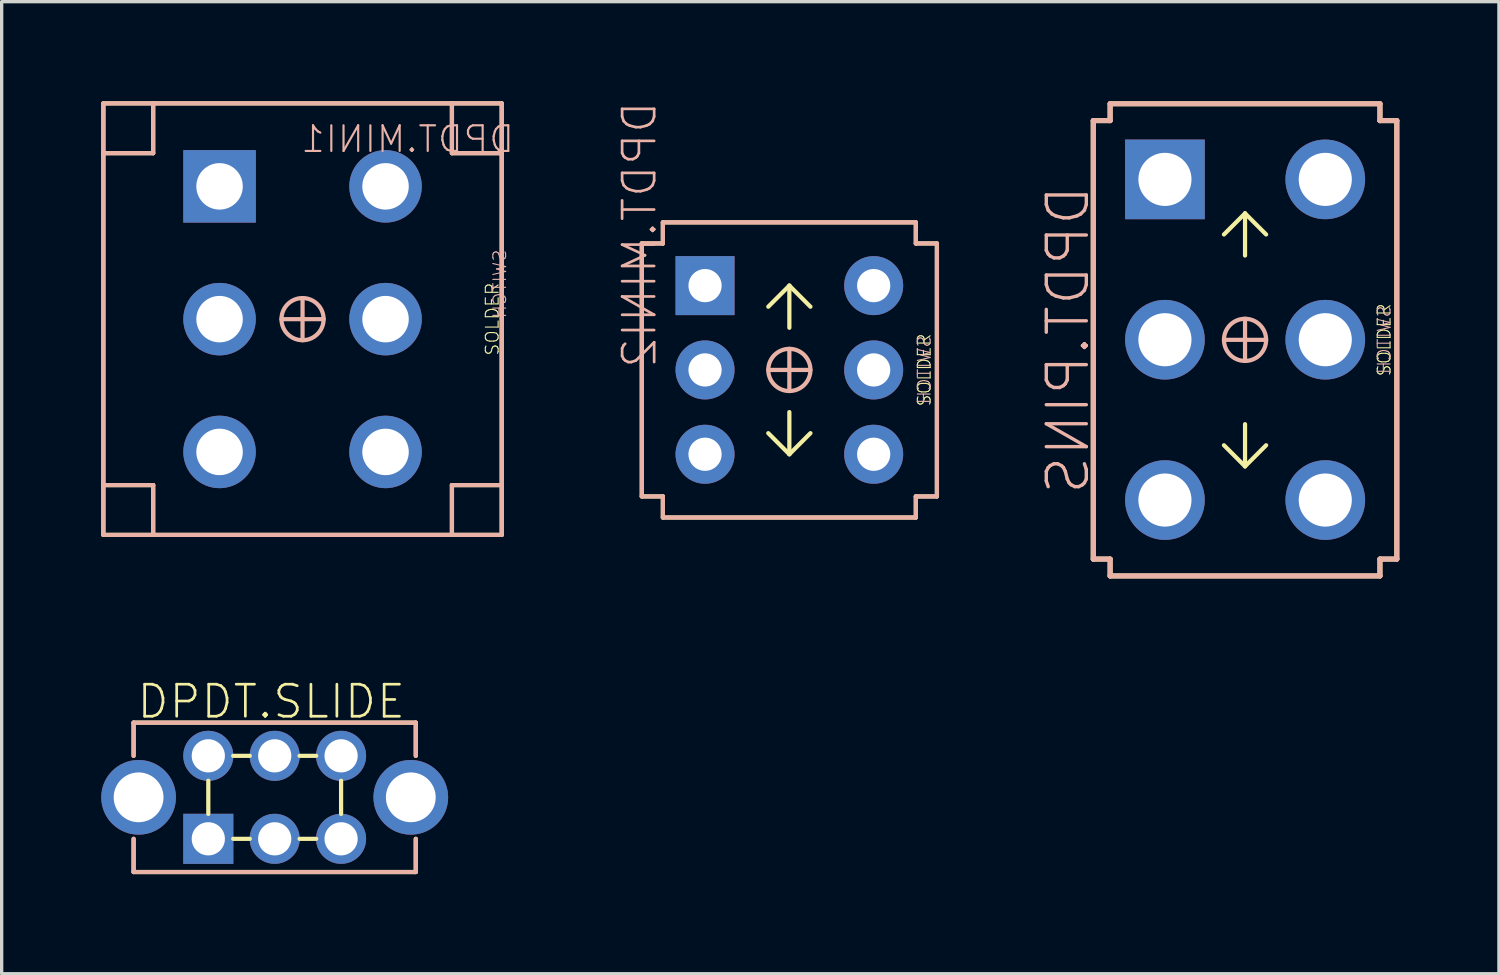
<source format=kicad_pcb>
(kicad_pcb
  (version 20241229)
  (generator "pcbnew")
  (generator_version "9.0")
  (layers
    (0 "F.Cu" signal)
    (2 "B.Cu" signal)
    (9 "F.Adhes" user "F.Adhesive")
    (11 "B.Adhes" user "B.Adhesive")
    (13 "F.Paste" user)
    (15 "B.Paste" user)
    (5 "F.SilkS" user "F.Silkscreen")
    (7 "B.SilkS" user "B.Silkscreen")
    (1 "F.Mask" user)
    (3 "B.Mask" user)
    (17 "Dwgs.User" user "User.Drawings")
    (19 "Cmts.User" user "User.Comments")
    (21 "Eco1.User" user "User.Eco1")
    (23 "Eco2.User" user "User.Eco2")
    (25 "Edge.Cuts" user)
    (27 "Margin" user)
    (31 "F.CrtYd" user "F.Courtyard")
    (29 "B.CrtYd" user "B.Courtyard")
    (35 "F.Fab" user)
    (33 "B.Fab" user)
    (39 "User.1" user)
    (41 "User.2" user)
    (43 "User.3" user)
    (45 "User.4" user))
  (footprint "DPDT.SLIDE"
    (layer "F.Cu")
    (at 5.225 20.969)
    (property "Reference" "DPDT.SLIDE" (at -0.103 -2.885 0) (layer "F.SilkS") (effects (font (size 0.965 0.965) (thickness 0.081))))
    (attr through_hole)
    (fp_line (start -4.25 -2.25) (end -4.25 -1.25) (stroke (width 0.127) (type solid)) (layer "F.SilkS"))
    (fp_line (start -4.25 -2.25) (end 4.25 -2.25) (stroke (width 0.127) (type solid)) (layer "F.SilkS"))
    (fp_line (start -4.25 1.25) (end -4.25 2.25) (stroke (width 0.127) (type solid)) (layer "F.SilkS"))
    (fp_line (start -2 -0.5) (end -2 0.5) (stroke (width 0.127) (type solid)) (layer "F.SilkS"))
    (fp_line (start -1.25 -1.25) (end -0.75 -1.25) (stroke (width 0.127) (type solid)) (layer "F.SilkS"))
    (fp_line (start -0.75 1.25) (end -1.25 1.25) (stroke (width 0.127) (type solid)) (layer "F.SilkS"))
    (fp_line (start 0.75 -1.25) (end 1.25 -1.25) (stroke (width 0.127) (type solid)) (layer "F.SilkS"))
    (fp_line (start 1.25 1.25) (end 0.75 1.25) (stroke (width 0.127) (type solid)) (layer "F.SilkS"))
    (fp_line (start 2 -0.5) (end 2 0.5) (stroke (width 0.127) (type solid)) (layer "F.SilkS"))
    (fp_line (start 4.25 -2.25) (end 4.25 -1.25) (stroke (width 0.127) (type solid)) (layer "F.SilkS"))
    (fp_line (start 4.25 2.25) (end -4.25 2.25) (stroke (width 0.127) (type solid)) (layer "F.SilkS"))
    (fp_line (start 4.25 2.25) (end 4.25 1.25) (stroke (width 0.127) (type solid)) (layer "F.SilkS"))
    (fp_line (start -4.25 -2.25) (end -4.25 -1.25) (stroke (width 0.127) (type solid)) (layer "B.SilkS"))
    (fp_line (start -4.25 2.25) (end -4.25 1.25) (stroke (width 0.127) (type solid)) (layer "B.SilkS"))
    (fp_line (start -4.25 2.25) (end 4.25 2.25) (stroke (width 0.127) (type solid)) (layer "B.SilkS"))
    (fp_line (start 4.25 -2.25) (end -4.25 -2.25) (stroke (width 0.127) (type solid)) (layer "B.SilkS"))
    (fp_line (start 4.25 -2.25) (end 4.25 -1.25) (stroke (width 0.127) (type solid)) (layer "B.SilkS"))
    (fp_line (start 4.25 1.25) (end 4.25 2.25) (stroke (width 0.127) (type solid)) (layer "B.SilkS"))
    (pad "A1" thru_hole rect (at -2 1.25) (size 1.508 1.508) (drill 1) (layers "*.Cu" "*.Mask"))
    (pad "A2" thru_hole oval (at 0 1.25) (size 1.508 1.508) (drill 1) (layers "*.Cu" "*.Mask"))
    (pad "A3" thru_hole oval (at 2 1.25) (size 1.508 1.508) (drill 1) (layers "*.Cu" "*.Mask"))
    (pad "B1" thru_hole oval (at -2 -1.25) (size 1.508 1.508) (drill 1) (layers "*.Cu" "*.Mask"))
    (pad "B2" thru_hole oval (at 0 -1.25) (size 1.508 1.508) (drill 1) (layers "*.Cu" "*.Mask"))
    (pad "B3" thru_hole oval (at 2 -1.25) (size 1.508 1.508) (drill 1) (layers "*.Cu" "*.Mask"))
    (pad "P$1" thru_hole oval (at 4.1 0) (size 2.25 2.25) (drill 1.5) (layers "*.Cu" "*.Mask"))
    (pad "P$2" thru_hole oval (at -4.1 0) (size 2.25 2.25) (drill 1.5) (layers "*.Cu" "*.Mask")))
  (footprint "DPDT.MINI2"
    (layer "F.Cu")
    (at 20.729 8.094)
    (property "Reference" "DPDT.MINI2" (at -5.08 0 270) (layer "B.SilkS") (effects (font (size 0.965 0.965) (thickness 0.081)) (justify right top mirror)))
    (attr through_hole)
    (fp_line (start -4.445 -3.81) (end -3.81 -3.81) (stroke (width 0.127) (type solid)) (layer "F.SilkS"))
    (fp_line (start -4.445 3.81) (end -4.445 -3.81) (stroke (width 0.127) (type solid)) (layer "F.SilkS"))
    (fp_line (start -3.81 -4.445) (end 3.81 -4.445) (stroke (width 0.127) (type solid)) (layer "F.SilkS"))
    (fp_line (start -3.81 -3.81) (end -3.81 -4.445) (stroke (width 0.127) (type solid)) (layer "F.SilkS"))
    (fp_line (start -3.81 3.81) (end -4.445 3.81) (stroke (width 0.127) (type solid)) (layer "F.SilkS"))
    (fp_line (start -3.81 4.445) (end -3.81 3.81) (stroke (width 0.127) (type solid)) (layer "F.SilkS"))
    (fp_line (start 0 -2.54) (end -0.635 -1.905) (stroke (width 0.127) (type solid)) (layer "F.SilkS"))
    (fp_line (start 0 -2.54) (end 0.635 -1.905) (stroke (width 0.127) (type solid)) (layer "F.SilkS"))
    (fp_line (start 0 -1.27) (end 0 -2.54) (stroke (width 0.127) (type solid)) (layer "F.SilkS"))
    (fp_line (start 0 1.27) (end 0 2.54) (stroke (width 0.127) (type solid)) (layer "F.SilkS"))
    (fp_line (start 0 2.54) (end -0.635 1.905) (stroke (width 0.127) (type solid)) (layer "F.SilkS"))
    (fp_line (start 0 2.54) (end 0.635 1.905) (stroke (width 0.127) (type solid)) (layer "F.SilkS"))
    (fp_line (start 3.81 -4.445) (end 3.81 -3.81) (stroke (width 0.127) (type solid)) (layer "F.SilkS"))
    (fp_line (start 3.81 -3.81) (end 4.445 -3.81) (stroke (width 0.127) (type solid)) (layer "F.SilkS"))
    (fp_line (start 3.81 3.81) (end 3.81 4.445) (stroke (width 0.127) (type solid)) (layer "F.SilkS"))
    (fp_line (start 3.81 4.445) (end -3.81 4.445) (stroke (width 0.127) (type solid)) (layer "F.SilkS"))
    (fp_line (start 4.445 -3.81) (end 4.445 3.81) (stroke (width 0.127) (type solid)) (layer "F.SilkS"))
    (fp_line (start 4.445 3.81) (end 3.81 3.81) (stroke (width 0.127) (type solid)) (layer "F.SilkS"))
    (fp_line (start -4.445 -3.81) (end -4.445 3.81) (stroke (width 0.127) (type solid)) (layer "B.SilkS"))
    (fp_line (start -4.445 3.81) (end -3.81 3.81) (stroke (width 0.127) (type solid)) (layer "B.SilkS"))
    (fp_line (start -3.81 -4.445) (end -3.81 -3.81) (stroke (width 0.127) (type solid)) (layer "B.SilkS"))
    (fp_line (start -3.81 -3.81) (end -4.445 -3.81) (stroke (width 0.127) (type solid)) (layer "B.SilkS"))
    (fp_line (start -3.81 3.81) (end -3.81 4.445) (stroke (width 0.127) (type solid)) (layer "B.SilkS"))
    (fp_line (start -3.81 4.445) (end 3.81 4.445) (stroke (width 0.127) (type solid)) (layer "B.SilkS"))
    (fp_line (start -0.635 0) (end 0.635 0) (stroke (width 0.127) (type solid)) (layer "B.SilkS"))
    (fp_line (start 0 -0.635) (end 0 0.635) (stroke (width 0.127) (type solid)) (layer "B.SilkS"))
    (fp_line (start 3.81 -4.445) (end -3.81 -4.445) (stroke (width 0.127) (type solid)) (layer "B.SilkS"))
    (fp_line (start 3.81 -3.81) (end 3.81 -4.445) (stroke (width 0.127) (type solid)) (layer "B.SilkS"))
    (fp_line (start 3.81 3.81) (end 4.445 3.81) (stroke (width 0.127) (type solid)) (layer "B.SilkS"))
    (fp_line (start 3.81 4.445) (end 3.81 3.81) (stroke (width 0.127) (type solid)) (layer "B.SilkS"))
    (fp_line (start 4.445 -3.81) (end 3.81 -3.81) (stroke (width 0.127) (type solid)) (layer "B.SilkS"))
    (fp_line (start 4.445 3.81) (end 4.445 -3.81) (stroke (width 0.127) (type solid)) (layer "B.SilkS"))
    (fp_circle (center 0 0) (end 0.635 0) (stroke (width 0.127) (type solid)) (fill no) (layer "B.SilkS"))
    (fp_text user "SOLDER" (at 4.064 0 90) (layer "F.SilkS") (effects (font (size 0.386 0.386) (thickness 0.033))))
    (fp_text user "SWITCH" (at 4.064 0 270) (layer "B.SilkS") (effects (font (size 0.386 0.386) (thickness 0.033)) (justify mirror)))
    (pad "A1" thru_hole rect (at -2.54 -2.54) (size 1.778 1.778) (drill 1) (layers "*.Cu" "*.Mask"))
    (pad "A2" thru_hole oval (at -2.54 0) (size 1.778 1.778) (drill 1) (layers "*.Cu" "*.Mask"))
    (pad "A3" thru_hole oval (at -2.54 2.54) (size 1.778 1.778) (drill 1) (layers "*.Cu" "*.Mask"))
    (pad "B1" thru_hole oval (at 2.54 -2.54) (size 1.778 1.778) (drill 1) (layers "*.Cu" "*.Mask"))
    (pad "B2" thru_hole oval (at 2.54 0) (size 1.778 1.778) (drill 1) (layers "*.Cu" "*.Mask"))
    (pad "B3" thru_hole oval (at 2.54 2.54) (size 1.778 1.778) (drill 1) (layers "*.Cu" "*.Mask")))
  (footprint "DPDT.PINS"
    (layer "F.Cu")
    (at 34.456 7.188)
    (property "Reference" "DPDT.PINS" (at -5.334 0 90) (layer "B.SilkS") (effects (font (size 1.206 1.206) (thickness 0.102)) (justify mirror)))
    (attr through_hole)
    (fp_line (start -4.572 -6.604) (end -4.064 -6.604) (stroke (width 0.152) (type solid)) (layer "F.SilkS"))
    (fp_line (start -4.572 6.604) (end -4.572 -6.604) (stroke (width 0.152) (type solid)) (layer "F.SilkS"))
    (fp_line (start -4.064 -7.112) (end 4.064 -7.112) (stroke (width 0.152) (type solid)) (layer "F.SilkS"))
    (fp_line (start -4.064 -6.604) (end -4.064 -7.112) (stroke (width 0.152) (type solid)) (layer "F.SilkS"))
    (fp_line (start -4.064 6.604) (end -4.572 6.604) (stroke (width 0.152) (type solid)) (layer "F.SilkS"))
    (fp_line (start -4.064 7.112) (end -4.064 6.604) (stroke (width 0.152) (type solid)) (layer "F.SilkS"))
    (fp_line (start 0 -3.81) (end -0.635 -3.175) (stroke (width 0.127) (type solid)) (layer "F.SilkS"))
    (fp_line (start 0 -3.81) (end 0.635 -3.175) (stroke (width 0.127) (type solid)) (layer "F.SilkS"))
    (fp_line (start 0 -2.54) (end 0 -3.81) (stroke (width 0.127) (type solid)) (layer "F.SilkS"))
    (fp_line (start 0 2.54) (end 0 3.81) (stroke (width 0.127) (type solid)) (layer "F.SilkS"))
    (fp_line (start 0 3.81) (end -0.635 3.175) (stroke (width 0.127) (type solid)) (layer "F.SilkS"))
    (fp_line (start 0 3.81) (end 0.635 3.175) (stroke (width 0.127) (type solid)) (layer "F.SilkS"))
    (fp_line (start 4.064 -7.112) (end 4.064 -6.604) (stroke (width 0.152) (type solid)) (layer "F.SilkS"))
    (fp_line (start 4.064 -6.604) (end 4.572 -6.604) (stroke (width 0.152) (type solid)) (layer "F.SilkS"))
    (fp_line (start 4.064 6.604) (end 4.064 7.112) (stroke (width 0.152) (type solid)) (layer "F.SilkS"))
    (fp_line (start 4.064 7.112) (end -4.064 7.112) (stroke (width 0.152) (type solid)) (layer "F.SilkS"))
    (fp_line (start 4.572 -6.604) (end 4.572 6.604) (stroke (width 0.152) (type solid)) (layer "F.SilkS"))
    (fp_line (start 4.572 6.604) (end 4.064 6.604) (stroke (width 0.152) (type solid)) (layer "F.SilkS"))
    (fp_line (start -4.572 -6.604) (end -4.064 -6.604) (stroke (width 0.152) (type solid)) (layer "B.SilkS"))
    (fp_line (start -4.572 6.604) (end -4.572 -6.604) (stroke (width 0.152) (type solid)) (layer "B.SilkS"))
    (fp_line (start -4.064 -7.112) (end 4.064 -7.112) (stroke (width 0.152) (type solid)) (layer "B.SilkS"))
    (fp_line (start -4.064 -6.604) (end -4.064 -7.112) (stroke (width 0.152) (type solid)) (layer "B.SilkS"))
    (fp_line (start -4.064 6.604) (end -4.572 6.604) (stroke (width 0.152) (type solid)) (layer "B.SilkS"))
    (fp_line (start -4.064 7.112) (end -4.064 6.604) (stroke (width 0.152) (type solid)) (layer "B.SilkS"))
    (fp_line (start -0.635 0) (end 0.635 0) (stroke (width 0.127) (type solid)) (layer "B.SilkS"))
    (fp_line (start 0 -0.635) (end 0 0.635) (stroke (width 0.127) (type solid)) (layer "B.SilkS"))
    (fp_line (start 4.064 -7.112) (end 4.064 -6.604) (stroke (width 0.152) (type solid)) (layer "B.SilkS"))
    (fp_line (start 4.064 -6.604) (end 4.572 -6.604) (stroke (width 0.152) (type solid)) (layer "B.SilkS"))
    (fp_line (start 4.064 6.604) (end 4.064 7.112) (stroke (width 0.152) (type solid)) (layer "B.SilkS"))
    (fp_line (start 4.064 7.112) (end -4.064 7.112) (stroke (width 0.152) (type solid)) (layer "B.SilkS"))
    (fp_line (start 4.572 -6.604) (end 4.572 6.604) (stroke (width 0.152) (type solid)) (layer "B.SilkS"))
    (fp_line (start 4.572 6.604) (end 4.064 6.604) (stroke (width 0.152) (type solid)) (layer "B.SilkS"))
    (fp_circle (center 0 0) (end 0.635 0) (stroke (width 0.127) (type solid)) (fill no) (layer "B.SilkS"))
    (fp_text user "SOLDER" (at 4.191 0 90) (layer "F.SilkS") (effects (font (size 0.386 0.386) (thickness 0.033))))
    (fp_text user "SWITCH" (at 4.191 0 270) (layer "B.SilkS") (effects (font (size 0.386 0.386) (thickness 0.033)) (justify mirror)))
    (pad "1" thru_hole rect (at -2.413 -4.834) (size 2.4 2.4) (drill 1.6) (layers "*.Cu" "*.Mask"))
    (pad "2" thru_hole oval (at -2.413 -0.004) (size 2.4 2.4) (drill 1.6) (layers "*.Cu" "*.Mask"))
    (pad "3" thru_hole oval (at -2.413 4.826) (size 2.4 2.4) (drill 1.6) (layers "*.Cu" "*.Mask"))
    (pad "4" thru_hole oval (at 2.417 -4.834) (size 2.4 2.4) (drill 1.6) (layers "*.Cu" "*.Mask"))
    (pad "5" thru_hole oval (at 2.417 -0.004) (size 2.4 2.4) (drill 1.6) (layers "*.Cu" "*.Mask"))
    (pad "6" thru_hole oval (at 2.417 4.826) (size 2.4 2.4) (drill 1.6) (layers "*.Cu" "*.Mask")))
  (footprint "DPDT.MINI1"
    (layer "F.Cu")
    (at 6.064 6.564)
    (property "Reference" "DPDT.MINI1" (at -0.095 -5.873 0) (layer "B.SilkS") (effects (font (size 0.772 0.772) (thickness 0.065)) (justify right top mirror)))
    (attr through_hole)
    (fp_line (start -6 -6.5) (end -4.5 -6.5) (stroke (width 0.127) (type solid)) (layer "F.SilkS"))
    (fp_line (start -6 -5) (end -6 -6.5) (stroke (width 0.127) (type solid)) (layer "F.SilkS"))
    (fp_line (start -6 -5) (end -4.5 -5) (stroke (width 0.127) (type solid)) (layer "F.SilkS"))
    (fp_line (start -6 5) (end -6 -5) (stroke (width 0.127) (type solid)) (layer "F.SilkS"))
    (fp_line (start -6 5) (end -4.5 5) (stroke (width 0.127) (type solid)) (layer "F.SilkS"))
    (fp_line (start -6 6.5) (end -6 5) (stroke (width 0.127) (type solid)) (layer "F.SilkS"))
    (fp_line (start -4.5 -6.5) (end 4.5 -6.5) (stroke (width 0.127) (type solid)) (layer "F.SilkS"))
    (fp_line (start -4.5 -5) (end -4.5 -6.5) (stroke (width 0.127) (type solid)) (layer "F.SilkS"))
    (fp_line (start -4.5 5) (end -4.5 6.5) (stroke (width 0.127) (type solid)) (layer "F.SilkS"))
    (fp_line (start -4.5 6.5) (end -6 6.5) (stroke (width 0.127) (type solid)) (layer "F.SilkS"))
    (fp_line (start 4.5 -6.5) (end 4.5 -5) (stroke (width 0.127) (type solid)) (layer "F.SilkS"))
    (fp_line (start 4.5 -6.5) (end 6 -6.5) (stroke (width 0.127) (type solid)) (layer "F.SilkS"))
    (fp_line (start 4.5 -5) (end 6 -5) (stroke (width 0.127) (type solid)) (layer "F.SilkS"))
    (fp_line (start 4.5 5) (end 4.5 6.5) (stroke (width 0.127) (type solid)) (layer "F.SilkS"))
    (fp_line (start 4.5 6.5) (end -4.5 6.5) (stroke (width 0.127) (type solid)) (layer "F.SilkS"))
    (fp_line (start 6 -6.5) (end 6 -5) (stroke (width 0.127) (type solid)) (layer "F.SilkS"))
    (fp_line (start 6 -5) (end 6 5) (stroke (width 0.127) (type solid)) (layer "F.SilkS"))
    (fp_line (start 6 5) (end 4.5 5) (stroke (width 0.127) (type solid)) (layer "F.SilkS"))
    (fp_line (start 6 5) (end 6 6.5) (stroke (width 0.127) (type solid)) (layer "F.SilkS"))
    (fp_line (start 6 6.5) (end 4.5 6.5) (stroke (width 0.127) (type solid)) (layer "F.SilkS"))
    (fp_line (start -6 -6.5) (end -6 -5) (stroke (width 0.127) (type solid)) (layer "B.SilkS"))
    (fp_line (start -6 -5) (end -6 5) (stroke (width 0.127) (type solid)) (layer "B.SilkS"))
    (fp_line (start -6 5) (end -6 6.5) (stroke (width 0.127) (type solid)) (layer "B.SilkS"))
    (fp_line (start -6 5) (end -4.5 5) (stroke (width 0.127) (type solid)) (layer "B.SilkS"))
    (fp_line (start -6 6.5) (end -4.5 6.5) (stroke (width 0.127) (type solid)) (layer "B.SilkS"))
    (fp_line (start -4.5 -6.5) (end -6 -6.5) (stroke (width 0.127) (type solid)) (layer "B.SilkS"))
    (fp_line (start -4.5 -6.5) (end -4.5 -5) (stroke (width 0.127) (type solid)) (layer "B.SilkS"))
    (fp_line (start -4.5 -5) (end -6 -5) (stroke (width 0.127) (type solid)) (layer "B.SilkS"))
    (fp_line (start -4.5 5) (end -4.5 6.5) (stroke (width 0.127) (type solid)) (layer "B.SilkS"))
    (fp_line (start -4.5 6.5) (end 4.5 6.5) (stroke (width 0.127) (type solid)) (layer "B.SilkS"))
    (fp_line (start -0.635 0) (end 0.635 0) (stroke (width 0.127) (type solid)) (layer "B.SilkS"))
    (fp_line (start 0 -0.635) (end 0 0.635) (stroke (width 0.127) (type solid)) (layer "B.SilkS"))
    (fp_line (start 4.5 -6.5) (end -4.5 -6.5) (stroke (width 0.127) (type solid)) (layer "B.SilkS"))
    (fp_line (start 4.5 -5) (end 4.5 -6.5) (stroke (width 0.127) (type solid)) (layer "B.SilkS"))
    (fp_line (start 4.5 5) (end 4.5 6.5) (stroke (width 0.127) (type solid)) (layer "B.SilkS"))
    (fp_line (start 4.5 6.5) (end 6 6.5) (stroke (width 0.127) (type solid)) (layer "B.SilkS"))
    (fp_line (start 6 -6.5) (end 4.5 -6.5) (stroke (width 0.127) (type solid)) (layer "B.SilkS"))
    (fp_line (start 6 -5) (end 4.5 -5) (stroke (width 0.127) (type solid)) (layer "B.SilkS"))
    (fp_line (start 6 -5) (end 6 -6.5) (stroke (width 0.127) (type solid)) (layer "B.SilkS"))
    (fp_line (start 6 5) (end 4.5 5) (stroke (width 0.127) (type solid)) (layer "B.SilkS"))
    (fp_line (start 6 5) (end 6 -5) (stroke (width 0.127) (type solid)) (layer "B.SilkS"))
    (fp_line (start 6 6.5) (end 6 5) (stroke (width 0.127) (type solid)) (layer "B.SilkS"))
    (fp_circle (center 0 0) (end 0.635 0) (stroke (width 0.127) (type solid)) (fill no) (layer "B.SilkS"))
    (fp_text user "SOLDER" (at 5.715 0 90) (layer "F.SilkS") (effects (font (size 0.386 0.386) (thickness 0.033))))
    (fp_text user "SWITCH" (at 5.715 0 270) (layer "B.SilkS") (effects (font (size 0.386 0.386) (thickness 0.033)) (justify right top mirror)))
    (pad "A1" thru_hole rect (at -2.5 -4) (size 2.184 2.184) (drill 1.4) (layers "*.Cu" "*.Mask"))
    (pad "A2" thru_hole oval (at -2.5 0) (size 2.184 2.184) (drill 1.4) (layers "*.Cu" "*.Mask"))
    (pad "A3" thru_hole oval (at -2.5 4) (size 2.184 2.184) (drill 1.4) (layers "*.Cu" "*.Mask"))
    (pad "B1" thru_hole oval (at 2.5 -4) (size 2.184 2.184) (drill 1.4) (layers "*.Cu" "*.Mask"))
    (pad "B2" thru_hole oval (at 2.5 0) (size 2.184 2.184) (drill 1.4) (layers "*.Cu" "*.Mask"))
    (pad "B3" thru_hole oval (at 2.5 4) (size 2.184 2.184) (drill 1.4) (layers "*.Cu" "*.Mask")))
  (gr_rect
    (start -3 -3)
    (end 42.104 26.282)
    (stroke (width 0.1) (type default))
    (fill no)
    (layer "Edge.Cuts")))
</source>
